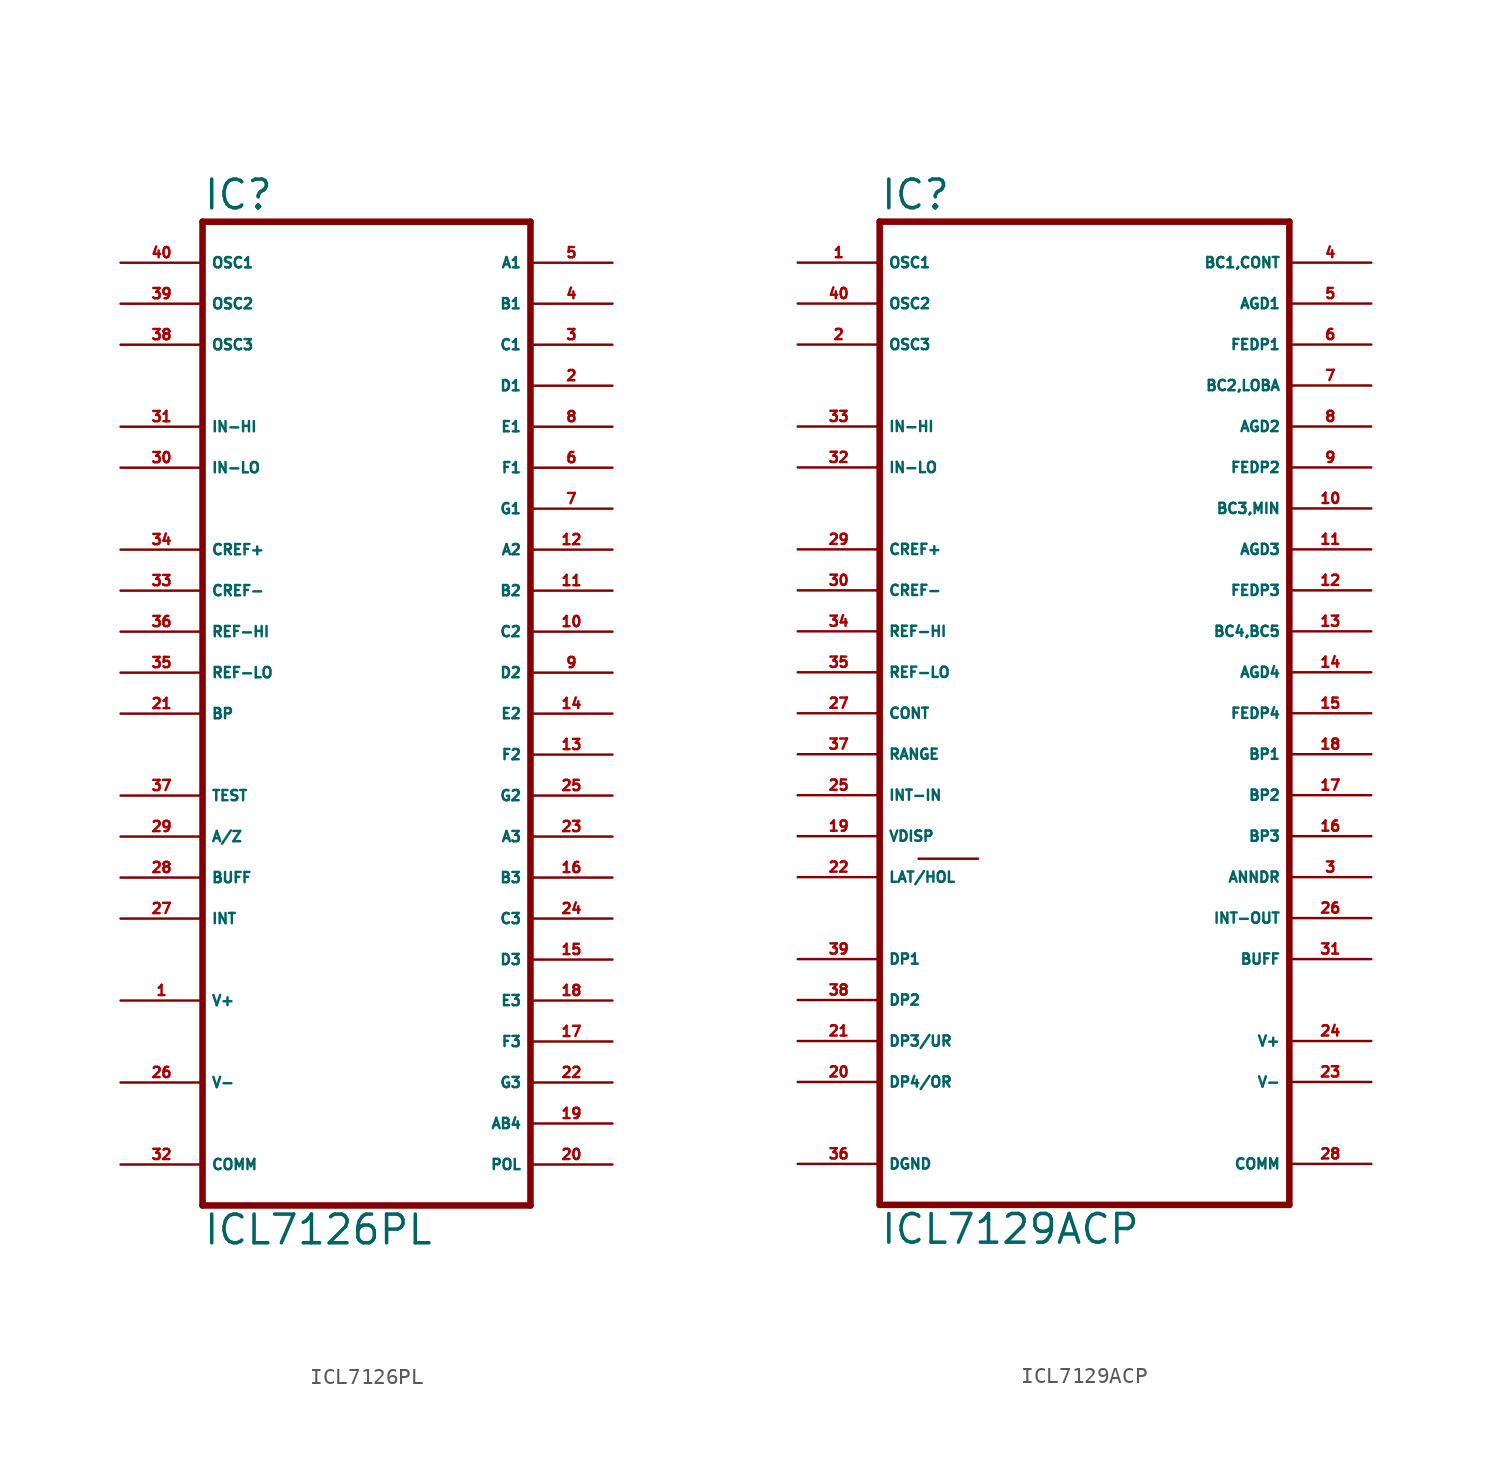
<source format=kicad_sym>
(kicad_symbol_lib
  (version 20220914)
  (generator Eagle2Kicad)
  (symbol "ICL7126PL"
    (property "Reference" "IC"
      (at -10.16 31.115 0)
      (effects (font (size 1.778 1.778) (thickness 0.22)) (justify left bottom)))
    (property "Value" "ICL7126PL"
      (at -10.16 -33.02 0)
      (effects (font (size 1.778 1.778) (thickness 0.22)) (justify left bottom)))
    (polyline
      (pts (xy -10.16 30.48) (xy 10.16 30.48))
      (stroke (width 0.406) (type default))
      (fill (type none)))
    (polyline
      (pts (xy 10.16 -30.48) (xy 10.16 30.48))
      (stroke (width 0.406) (type default))
      (fill (type none)))
    (polyline
      (pts (xy 10.16 -30.48) (xy -10.16 -30.48))
      (stroke (width 0.406) (type default))
      (fill (type none)))
    (polyline
      (pts (xy -10.16 30.48) (xy -10.16 -30.48))
      (stroke (width 0.406) (type default))
      (fill (type none)))
    (pin tri_state line
      (at 15.24 20.32 180)
      (length 5.08)
      (name "D1" (effects (font (size 0.635 0.635) (thickness 0.08)) (justify left bottom)))
      (number "2" (effects (font (size 0.635 0.635) (thickness 0.08)) (justify left bottom))))
    (pin tri_state line
      (at 15.24 22.86 180)
      (length 5.08)
      (name "C1" (effects (font (size 0.635 0.635) (thickness 0.08)) (justify left bottom)))
      (number "3" (effects (font (size 0.635 0.635) (thickness 0.08)) (justify left bottom))))
    (pin tri_state line
      (at 15.24 25.4 180)
      (length 5.08)
      (name "B1" (effects (font (size 0.635 0.635) (thickness 0.08)) (justify left bottom)))
      (number "4" (effects (font (size 0.635 0.635) (thickness 0.08)) (justify left bottom))))
    (pin tri_state line
      (at 15.24 27.94 180)
      (length 5.08)
      (name "A1" (effects (font (size 0.635 0.635) (thickness 0.08)) (justify left bottom)))
      (number "5" (effects (font (size 0.635 0.635) (thickness 0.08)) (justify left bottom))))
    (pin tri_state line
      (at 15.24 15.24 180)
      (length 5.08)
      (name "F1" (effects (font (size 0.635 0.635) (thickness 0.08)) (justify left bottom)))
      (number "6" (effects (font (size 0.635 0.635) (thickness 0.08)) (justify left bottom))))
    (pin tri_state line
      (at 15.24 12.7 180)
      (length 5.08)
      (name "G1" (effects (font (size 0.635 0.635) (thickness 0.08)) (justify left bottom)))
      (number "7" (effects (font (size 0.635 0.635) (thickness 0.08)) (justify left bottom))))
    (pin tri_state line
      (at 15.24 17.78 180)
      (length 5.08)
      (name "E1" (effects (font (size 0.635 0.635) (thickness 0.08)) (justify left bottom)))
      (number "8" (effects (font (size 0.635 0.635) (thickness 0.08)) (justify left bottom))))
    (pin tri_state line
      (at 15.24 2.54 180)
      (length 5.08)
      (name "D2" (effects (font (size 0.635 0.635) (thickness 0.08)) (justify left bottom)))
      (number "9" (effects (font (size 0.635 0.635) (thickness 0.08)) (justify left bottom))))
    (pin tri_state line
      (at 15.24 5.08 180)
      (length 5.08)
      (name "C2" (effects (font (size 0.635 0.635) (thickness 0.08)) (justify left bottom)))
      (number "10" (effects (font (size 0.635 0.635) (thickness 0.08)) (justify left bottom))))
    (pin tri_state line
      (at 15.24 7.62 180)
      (length 5.08)
      (name "B2" (effects (font (size 0.635 0.635) (thickness 0.08)) (justify left bottom)))
      (number "11" (effects (font (size 0.635 0.635) (thickness 0.08)) (justify left bottom))))
    (pin tri_state line
      (at 15.24 10.16 180)
      (length 5.08)
      (name "A2" (effects (font (size 0.635 0.635) (thickness 0.08)) (justify left bottom)))
      (number "12" (effects (font (size 0.635 0.635) (thickness 0.08)) (justify left bottom))))
    (pin tri_state line
      (at 15.24 -2.54 180)
      (length 5.08)
      (name "F2" (effects (font (size 0.635 0.635) (thickness 0.08)) (justify left bottom)))
      (number "13" (effects (font (size 0.635 0.635) (thickness 0.08)) (justify left bottom))))
    (pin tri_state line
      (at 15.24 0 180)
      (length 5.08)
      (name "E2" (effects (font (size 0.635 0.635) (thickness 0.08)) (justify left bottom)))
      (number "14" (effects (font (size 0.635 0.635) (thickness 0.08)) (justify left bottom))))
    (pin tri_state line
      (at 15.24 -15.24 180)
      (length 5.08)
      (name "D3" (effects (font (size 0.635 0.635) (thickness 0.08)) (justify left bottom)))
      (number "15" (effects (font (size 0.635 0.635) (thickness 0.08)) (justify left bottom))))
    (pin tri_state line
      (at 15.24 -10.16 180)
      (length 5.08)
      (name "B3" (effects (font (size 0.635 0.635) (thickness 0.08)) (justify left bottom)))
      (number "16" (effects (font (size 0.635 0.635) (thickness 0.08)) (justify left bottom))))
    (pin tri_state line
      (at 15.24 -20.32 180)
      (length 5.08)
      (name "F3" (effects (font (size 0.635 0.635) (thickness 0.08)) (justify left bottom)))
      (number "17" (effects (font (size 0.635 0.635) (thickness 0.08)) (justify left bottom))))
    (pin tri_state line
      (at 15.24 -17.78 180)
      (length 5.08)
      (name "E3" (effects (font (size 0.635 0.635) (thickness 0.08)) (justify left bottom)))
      (number "18" (effects (font (size 0.635 0.635) (thickness 0.08)) (justify left bottom))))
    (pin tri_state line
      (at 15.24 -25.4 180)
      (length 5.08)
      (name "AB4" (effects (font (size 0.635 0.635) (thickness 0.08)) (justify left bottom)))
      (number "19" (effects (font (size 0.635 0.635) (thickness 0.08)) (justify left bottom))))
    (pin tri_state line
      (at 15.24 -22.86 180)
      (length 5.08)
      (name "G3" (effects (font (size 0.635 0.635) (thickness 0.08)) (justify left bottom)))
      (number "22" (effects (font (size 0.635 0.635) (thickness 0.08)) (justify left bottom))))
    (pin tri_state line
      (at 15.24 -7.62 180)
      (length 5.08)
      (name "A3" (effects (font (size 0.635 0.635) (thickness 0.08)) (justify left bottom)))
      (number "23" (effects (font (size 0.635 0.635) (thickness 0.08)) (justify left bottom))))
    (pin tri_state line
      (at 15.24 -12.7 180)
      (length 5.08)
      (name "C3" (effects (font (size 0.635 0.635) (thickness 0.08)) (justify left bottom)))
      (number "24" (effects (font (size 0.635 0.635) (thickness 0.08)) (justify left bottom))))
    (pin tri_state line
      (at 15.24 -5.08 180)
      (length 5.08)
      (name "G2" (effects (font (size 0.635 0.635) (thickness 0.08)) (justify left bottom)))
      (number "25" (effects (font (size 0.635 0.635) (thickness 0.08)) (justify left bottom))))
    (pin output line
      (at 15.24 -27.94 180)
      (length 5.08)
      (name "POL" (effects (font (size 0.635 0.635) (thickness 0.08)) (justify left bottom)))
      (number "20" (effects (font (size 0.635 0.635) (thickness 0.08)) (justify left bottom))))
    (pin bidirectional line
      (at -15.24 0 0)
      (length 5.08)
      (name "BP" (effects (font (size 0.635 0.635) (thickness 0.08)) (justify left bottom)))
      (number "21" (effects (font (size 0.635 0.635) (thickness 0.08)) (justify left bottom))))
    (pin passive line
      (at -15.24 27.94 0)
      (length 5.08)
      (name "OSC1" (effects (font (size 0.635 0.635) (thickness 0.08)) (justify left bottom)))
      (number "40" (effects (font (size 0.635 0.635) (thickness 0.08)) (justify left bottom))))
    (pin passive line
      (at -15.24 25.4 0)
      (length 5.08)
      (name "OSC2" (effects (font (size 0.635 0.635) (thickness 0.08)) (justify left bottom)))
      (number "39" (effects (font (size 0.635 0.635) (thickness 0.08)) (justify left bottom))))
    (pin passive line
      (at -15.24 22.86 0)
      (length 5.08)
      (name "OSC3" (effects (font (size 0.635 0.635) (thickness 0.08)) (justify left bottom)))
      (number "38" (effects (font (size 0.635 0.635) (thickness 0.08)) (justify left bottom))))
    (pin input line
      (at -15.24 17.78 0)
      (length 5.08)
      (name "IN-HI" (effects (font (size 0.635 0.635) (thickness 0.08)) (justify left bottom)))
      (number "31" (effects (font (size 0.635 0.635) (thickness 0.08)) (justify left bottom))))
    (pin input line
      (at -15.24 15.24 0)
      (length 5.08)
      (name "IN-LO" (effects (font (size 0.635 0.635) (thickness 0.08)) (justify left bottom)))
      (number "30" (effects (font (size 0.635 0.635) (thickness 0.08)) (justify left bottom))))
    (pin unspecified line
      (at -15.24 -27.94 0)
      (length 5.08)
      (name "COMM" (effects (font (size 0.635 0.635) (thickness 0.08)) (justify left bottom)))
      (number "32" (effects (font (size 0.635 0.635) (thickness 0.08)) (justify left bottom))))
    (pin passive line
      (at -15.24 10.16 0)
      (length 5.08)
      (name "CREF+" (effects (font (size 0.635 0.635) (thickness 0.08)) (justify left bottom)))
      (number "34" (effects (font (size 0.635 0.635) (thickness 0.08)) (justify left bottom))))
    (pin passive line
      (at -15.24 7.62 0)
      (length 5.08)
      (name "CREF-" (effects (font (size 0.635 0.635) (thickness 0.08)) (justify left bottom)))
      (number "33" (effects (font (size 0.635 0.635) (thickness 0.08)) (justify left bottom))))
    (pin input line
      (at -15.24 2.54 0)
      (length 5.08)
      (name "REF-LO" (effects (font (size 0.635 0.635) (thickness 0.08)) (justify left bottom)))
      (number "35" (effects (font (size 0.635 0.635) (thickness 0.08)) (justify left bottom))))
    (pin input line
      (at -15.24 5.08 0)
      (length 5.08)
      (name "REF-HI" (effects (font (size 0.635 0.635) (thickness 0.08)) (justify left bottom)))
      (number "36" (effects (font (size 0.635 0.635) (thickness 0.08)) (justify left bottom))))
    (pin passive line
      (at -15.24 -5.08 0)
      (length 5.08)
      (name "TEST" (effects (font (size 0.635 0.635) (thickness 0.08)) (justify left bottom)))
      (number "37" (effects (font (size 0.635 0.635) (thickness 0.08)) (justify left bottom))))
    (pin passive line
      (at -15.24 -7.62 0)
      (length 5.08)
      (name "A/Z" (effects (font (size 0.635 0.635) (thickness 0.08)) (justify left bottom)))
      (number "29" (effects (font (size 0.635 0.635) (thickness 0.08)) (justify left bottom))))
    (pin passive line
      (at -15.24 -10.16 0)
      (length 5.08)
      (name "BUFF" (effects (font (size 0.635 0.635) (thickness 0.08)) (justify left bottom)))
      (number "28" (effects (font (size 0.635 0.635) (thickness 0.08)) (justify left bottom))))
    (pin passive line
      (at -15.24 -12.7 0)
      (length 5.08)
      (name "INT" (effects (font (size 0.635 0.635) (thickness 0.08)) (justify left bottom)))
      (number "27" (effects (font (size 0.635 0.635) (thickness 0.08)) (justify left bottom))))
    (pin unspecified line
      (at -15.24 -17.78 0)
      (length 5.08)
      (name "V+" (effects (font (size 0.635 0.635) (thickness 0.08)) (justify left bottom)))
      (number "1" (effects (font (size 0.635 0.635) (thickness 0.08)) (justify left bottom))))
    (pin unspecified line
      (at -15.24 -22.86 0)
      (length 5.08)
      (name "V-" (effects (font (size 0.635 0.635) (thickness 0.08)) (justify left bottom)))
      (number "26" (effects (font (size 0.635 0.635) (thickness 0.08)) (justify left bottom)))))
  (symbol "ICL7129ACP"
    (property "Reference" "IC"
      (at -12.7 31.115 0)
      (effects (font (size 1.778 1.778) (thickness 0.22)) (justify left bottom)))
    (property "Value" "ICL7129ACP"
      (at -12.7 -33.02 0)
      (effects (font (size 1.778 1.778) (thickness 0.22)) (justify left bottom)))
    (polyline
      (pts (xy -12.7 30.48) (xy 12.7 30.48))
      (stroke (width 0.406) (type default))
      (fill (type none)))
    (polyline
      (pts (xy 12.7 -30.48) (xy 12.7 30.48))
      (stroke (width 0.406) (type default))
      (fill (type none)))
    (polyline
      (pts (xy 12.7 -30.48) (xy -12.7 -30.48))
      (stroke (width 0.406) (type default))
      (fill (type none)))
    (polyline
      (pts (xy -12.7 30.48) (xy -12.7 -30.48))
      (stroke (width 0.406) (type default))
      (fill (type none)))
    (polyline
      (pts (xy -10.287 -9.017) (xy -6.604 -9.017))
      (stroke (width 0.152) (type default))
      (fill (type none)))
    (pin output line
      (at 17.78 20.32 180)
      (length 5.08)
      (name "BC2,LOBA" (effects (font (size 0.635 0.635) (thickness 0.08)) (justify left bottom)))
      (number "7" (effects (font (size 0.635 0.635) (thickness 0.08)) (justify left bottom))))
    (pin output line
      (at 17.78 22.86 180)
      (length 5.08)
      (name "FEDP1" (effects (font (size 0.635 0.635) (thickness 0.08)) (justify left bottom)))
      (number "6" (effects (font (size 0.635 0.635) (thickness 0.08)) (justify left bottom))))
    (pin output line
      (at 17.78 25.4 180)
      (length 5.08)
      (name "AGD1" (effects (font (size 0.635 0.635) (thickness 0.08)) (justify left bottom)))
      (number "5" (effects (font (size 0.635 0.635) (thickness 0.08)) (justify left bottom))))
    (pin output line
      (at 17.78 27.94 180)
      (length 5.08)
      (name "BC1,CONT" (effects (font (size 0.635 0.635) (thickness 0.08)) (justify left bottom)))
      (number "4" (effects (font (size 0.635 0.635) (thickness 0.08)) (justify left bottom))))
    (pin output line
      (at 17.78 15.24 180)
      (length 5.08)
      (name "FEDP2" (effects (font (size 0.635 0.635) (thickness 0.08)) (justify left bottom)))
      (number "9" (effects (font (size 0.635 0.635) (thickness 0.08)) (justify left bottom))))
    (pin output line
      (at 17.78 12.7 180)
      (length 5.08)
      (name "BC3,MIN" (effects (font (size 0.635 0.635) (thickness 0.08)) (justify left bottom)))
      (number "10" (effects (font (size 0.635 0.635) (thickness 0.08)) (justify left bottom))))
    (pin output line
      (at 17.78 17.78 180)
      (length 5.08)
      (name "AGD2" (effects (font (size 0.635 0.635) (thickness 0.08)) (justify left bottom)))
      (number "8" (effects (font (size 0.635 0.635) (thickness 0.08)) (justify left bottom))))
    (pin output line
      (at 17.78 2.54 180)
      (length 5.08)
      (name "AGD4" (effects (font (size 0.635 0.635) (thickness 0.08)) (justify left bottom)))
      (number "14" (effects (font (size 0.635 0.635) (thickness 0.08)) (justify left bottom))))
    (pin output line
      (at 17.78 5.08 180)
      (length 5.08)
      (name "BC4,BC5" (effects (font (size 0.635 0.635) (thickness 0.08)) (justify left bottom)))
      (number "13" (effects (font (size 0.635 0.635) (thickness 0.08)) (justify left bottom))))
    (pin output line
      (at 17.78 7.62 180)
      (length 5.08)
      (name "FEDP3" (effects (font (size 0.635 0.635) (thickness 0.08)) (justify left bottom)))
      (number "12" (effects (font (size 0.635 0.635) (thickness 0.08)) (justify left bottom))))
    (pin output line
      (at 17.78 10.16 180)
      (length 5.08)
      (name "AGD3" (effects (font (size 0.635 0.635) (thickness 0.08)) (justify left bottom)))
      (number "11" (effects (font (size 0.635 0.635) (thickness 0.08)) (justify left bottom))))
    (pin output line
      (at 17.78 -2.54 180)
      (length 5.08)
      (name "BP1" (effects (font (size 0.635 0.635) (thickness 0.08)) (justify left bottom)))
      (number "18" (effects (font (size 0.635 0.635) (thickness 0.08)) (justify left bottom))))
    (pin output line
      (at 17.78 0 180)
      (length 5.08)
      (name "FEDP4" (effects (font (size 0.635 0.635) (thickness 0.08)) (justify left bottom)))
      (number "15" (effects (font (size 0.635 0.635) (thickness 0.08)) (justify left bottom))))
    (pin input line
      (at -17.78 0 0)
      (length 5.08)
      (name "CONT" (effects (font (size 0.635 0.635) (thickness 0.08)) (justify left bottom)))
      (number "27" (effects (font (size 0.635 0.635) (thickness 0.08)) (justify left bottom))))
    (pin output line
      (at 17.78 -12.7 180)
      (length 5.08)
      (name "INT-OUT" (effects (font (size 0.635 0.635) (thickness 0.08)) (justify left bottom)))
      (number "26" (effects (font (size 0.635 0.635) (thickness 0.08)) (justify left bottom))))
    (pin input line
      (at -17.78 -20.32 0)
      (length 5.08)
      (name "DP3/UR" (effects (font (size 0.635 0.635) (thickness 0.08)) (justify left bottom)))
      (number "21" (effects (font (size 0.635 0.635) (thickness 0.08)) (justify left bottom))))
    (pin input line
      (at -17.78 -10.16 0)
      (length 5.08)
      (name "LAT/HOL" (effects (font (size 0.635 0.635) (thickness 0.08)) (justify left bottom)))
      (number "22" (effects (font (size 0.635 0.635) (thickness 0.08)) (justify left bottom))))
    (pin input line
      (at -17.78 -7.62 0)
      (length 5.08)
      (name "VDISP" (effects (font (size 0.635 0.635) (thickness 0.08)) (justify left bottom)))
      (number "19" (effects (font (size 0.635 0.635) (thickness 0.08)) (justify left bottom))))
    (pin input line
      (at -17.78 -22.86 0)
      (length 5.08)
      (name "DP4/OR" (effects (font (size 0.635 0.635) (thickness 0.08)) (justify left bottom)))
      (number "20" (effects (font (size 0.635 0.635) (thickness 0.08)) (justify left bottom))))
    (pin output line
      (at 17.78 -7.62 180)
      (length 5.08)
      (name "BP3" (effects (font (size 0.635 0.635) (thickness 0.08)) (justify left bottom)))
      (number "16" (effects (font (size 0.635 0.635) (thickness 0.08)) (justify left bottom))))
    (pin unspecified line
      (at -17.78 -27.94 0)
      (length 5.08)
      (name "DGND" (effects (font (size 0.635 0.635) (thickness 0.08)) (justify left bottom)))
      (number "36" (effects (font (size 0.635 0.635) (thickness 0.08)) (justify left bottom))))
    (pin output line
      (at 17.78 -5.08 180)
      (length 5.08)
      (name "BP2" (effects (font (size 0.635 0.635) (thickness 0.08)) (justify left bottom)))
      (number "17" (effects (font (size 0.635 0.635) (thickness 0.08)) (justify left bottom))))
    (pin output line
      (at 17.78 -10.16 180)
      (length 5.08)
      (name "ANNDR" (effects (font (size 0.635 0.635) (thickness 0.08)) (justify left bottom)))
      (number "3" (effects (font (size 0.635 0.635) (thickness 0.08)) (justify left bottom))))
    (pin input line
      (at -17.78 -15.24 0)
      (length 5.08)
      (name "DP1" (effects (font (size 0.635 0.635) (thickness 0.08)) (justify left bottom)))
      (number "39" (effects (font (size 0.635 0.635) (thickness 0.08)) (justify left bottom))))
    (pin passive line
      (at -17.78 27.94 0)
      (length 5.08)
      (name "OSC1" (effects (font (size 0.635 0.635) (thickness 0.08)) (justify left bottom)))
      (number "1" (effects (font (size 0.635 0.635) (thickness 0.08)) (justify left bottom))))
    (pin passive line
      (at -17.78 25.4 0)
      (length 5.08)
      (name "OSC2" (effects (font (size 0.635 0.635) (thickness 0.08)) (justify left bottom)))
      (number "40" (effects (font (size 0.635 0.635) (thickness 0.08)) (justify left bottom))))
    (pin passive line
      (at -17.78 22.86 0)
      (length 5.08)
      (name "OSC3" (effects (font (size 0.635 0.635) (thickness 0.08)) (justify left bottom)))
      (number "2" (effects (font (size 0.635 0.635) (thickness 0.08)) (justify left bottom))))
    (pin input line
      (at -17.78 17.78 0)
      (length 5.08)
      (name "IN-HI" (effects (font (size 0.635 0.635) (thickness 0.08)) (justify left bottom)))
      (number "33" (effects (font (size 0.635 0.635) (thickness 0.08)) (justify left bottom))))
    (pin input line
      (at -17.78 15.24 0)
      (length 5.08)
      (name "IN-LO" (effects (font (size 0.635 0.635) (thickness 0.08)) (justify left bottom)))
      (number "32" (effects (font (size 0.635 0.635) (thickness 0.08)) (justify left bottom))))
    (pin unspecified line
      (at 17.78 -27.94 180)
      (length 5.08)
      (name "COMM" (effects (font (size 0.635 0.635) (thickness 0.08)) (justify left bottom)))
      (number "28" (effects (font (size 0.635 0.635) (thickness 0.08)) (justify left bottom))))
    (pin passive line
      (at -17.78 10.16 0)
      (length 5.08)
      (name "CREF+" (effects (font (size 0.635 0.635) (thickness 0.08)) (justify left bottom)))
      (number "29" (effects (font (size 0.635 0.635) (thickness 0.08)) (justify left bottom))))
    (pin passive line
      (at -17.78 7.62 0)
      (length 5.08)
      (name "CREF-" (effects (font (size 0.635 0.635) (thickness 0.08)) (justify left bottom)))
      (number "30" (effects (font (size 0.635 0.635) (thickness 0.08)) (justify left bottom))))
    (pin input line
      (at -17.78 2.54 0)
      (length 5.08)
      (name "REF-LO" (effects (font (size 0.635 0.635) (thickness 0.08)) (justify left bottom)))
      (number "35" (effects (font (size 0.635 0.635) (thickness 0.08)) (justify left bottom))))
    (pin input line
      (at -17.78 5.08 0)
      (length 5.08)
      (name "REF-HI" (effects (font (size 0.635 0.635) (thickness 0.08)) (justify left bottom)))
      (number "34" (effects (font (size 0.635 0.635) (thickness 0.08)) (justify left bottom))))
    (pin input line
      (at -17.78 -17.78 0)
      (length 5.08)
      (name "DP2" (effects (font (size 0.635 0.635) (thickness 0.08)) (justify left bottom)))
      (number "38" (effects (font (size 0.635 0.635) (thickness 0.08)) (justify left bottom))))
    (pin passive line
      (at -17.78 -2.54 0)
      (length 5.08)
      (name "RANGE" (effects (font (size 0.635 0.635) (thickness 0.08)) (justify left bottom)))
      (number "37" (effects (font (size 0.635 0.635) (thickness 0.08)) (justify left bottom))))
    (pin output line
      (at 17.78 -15.24 180)
      (length 5.08)
      (name "BUFF" (effects (font (size 0.635 0.635) (thickness 0.08)) (justify left bottom)))
      (number "31" (effects (font (size 0.635 0.635) (thickness 0.08)) (justify left bottom))))
    (pin passive line
      (at -17.78 -5.08 0)
      (length 5.08)
      (name "INT-IN" (effects (font (size 0.635 0.635) (thickness 0.08)) (justify left bottom)))
      (number "25" (effects (font (size 0.635 0.635) (thickness 0.08)) (justify left bottom))))
    (pin unspecified line
      (at 17.78 -20.32 180)
      (length 5.08)
      (name "V+" (effects (font (size 0.635 0.635) (thickness 0.08)) (justify left bottom)))
      (number "24" (effects (font (size 0.635 0.635) (thickness 0.08)) (justify left bottom))))
    (pin unspecified line
      (at 17.78 -22.86 180)
      (length 5.08)
      (name "V-" (effects (font (size 0.635 0.635) (thickness 0.08)) (justify left bottom)))
      (number "23" (effects (font (size 0.635 0.635) (thickness 0.08)) (justify left bottom))))))
</source>
